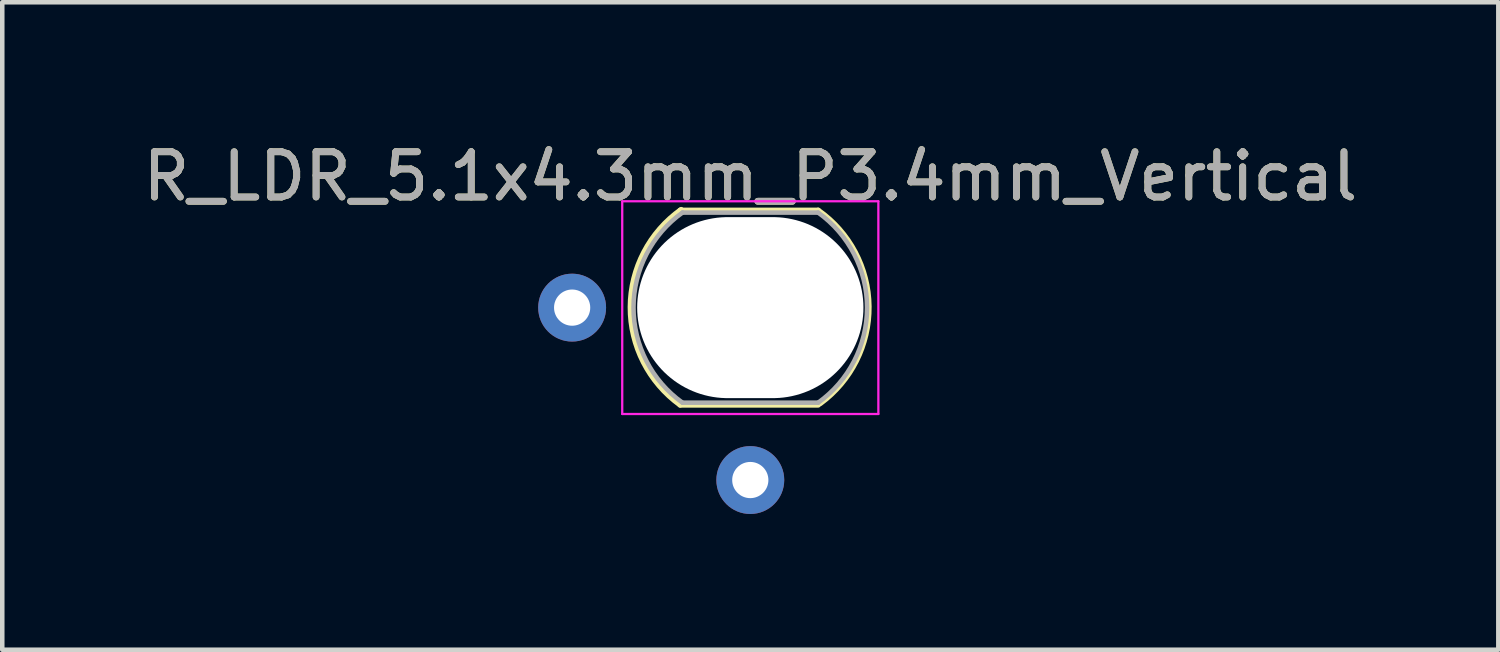
<source format=kicad_pcb>
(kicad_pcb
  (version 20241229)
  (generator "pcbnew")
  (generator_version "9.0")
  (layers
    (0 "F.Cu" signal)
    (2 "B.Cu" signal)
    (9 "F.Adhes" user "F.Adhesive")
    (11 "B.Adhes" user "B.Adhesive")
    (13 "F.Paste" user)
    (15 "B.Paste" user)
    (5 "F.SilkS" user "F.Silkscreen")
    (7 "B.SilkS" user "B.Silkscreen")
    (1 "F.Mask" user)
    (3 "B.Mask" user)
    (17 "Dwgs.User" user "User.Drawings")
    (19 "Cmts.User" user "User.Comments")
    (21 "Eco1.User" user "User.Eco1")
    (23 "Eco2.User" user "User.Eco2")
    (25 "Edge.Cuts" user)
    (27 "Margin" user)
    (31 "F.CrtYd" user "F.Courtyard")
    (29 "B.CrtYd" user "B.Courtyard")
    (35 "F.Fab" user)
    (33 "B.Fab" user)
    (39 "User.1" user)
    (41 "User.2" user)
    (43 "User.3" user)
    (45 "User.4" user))
  (footprint "R_LDR_5.1x4.3mm_P3.4mm_Vertical"
    (layer "F.Cu")
    (at 13.53 3.748)
    (property "Reference" "R_LDR_5.1x4.3mm_P3.4mm_Vertical" (at 0 -2.9 0) (layer "F.SilkS") (effects (font (size 1 1) (thickness 0.15))))
    (attr through_hole)
    (fp_line (start -1.55 -2.15) (end 1.5 -2.15) (stroke (width 0.12) (type solid)) (layer "F.SilkS"))
    (fp_line (start -1.55 2.15) (end 1.5 2.15) (stroke (width 0.12) (type solid)) (layer "F.SilkS"))
    (fp_arc (start -1.55 2.15) (mid -2.650438 -0.013368) (end -1.528234 -2.165525) (stroke (width 0.12) (type solid)) (layer "F.SilkS"))
    (fp_arc (start 1.5 -2.15) (mid 2.621403 -0.027338) (end 1.544513 2.118249) (stroke (width 0.12) (type solid)) (layer "F.SilkS"))
    (fp_line (start -2.83 -2.35) (end -2.83 2.35) (stroke (width 0.05) (type solid)) (layer "F.CrtYd"))
    (fp_line (start -2.83 -2.35) (end 2.83 -2.35) (stroke (width 0.05) (type solid)) (layer "F.CrtYd"))
    (fp_line (start 2.83 2.35) (end -2.83 2.35) (stroke (width 0.05) (type solid)) (layer "F.CrtYd"))
    (fp_line (start 2.83 2.35) (end 2.83 -2.35) (stroke (width 0.05) (type solid)) (layer "F.CrtYd"))
    (fp_line (start -1.5 -2.1) (end 1.5 -2.1) (stroke (width 0.1) (type solid)) (layer "F.Fab"))
    (fp_line (start -0.9 -1.8) (end 0.9 -1.8) (stroke (width 0.1) (type solid)) (layer "F.Fab"))
    (fp_line (start -0.9 -1.2) (end -0.9 -0.6) (stroke (width 0.1) (type solid)) (layer "F.Fab"))
    (fp_line (start -0.9 1.2) (end -0.9 1.8) (stroke (width 0.1) (type solid)) (layer "F.Fab"))
    (fp_line (start -0.9 1.8) (end 0.9 1.8) (stroke (width 0.1) (type solid)) (layer "F.Fab"))
    (fp_line (start -0.7 0) (end -0.7 0.6) (stroke (width 0.1) (type solid)) (layer "F.Fab"))
    (fp_line (start -0.7 0) (end 0.6 0) (stroke (width 0.1) (type solid)) (layer "F.Fab"))
    (fp_line (start 0.6 -0.6) (end -0.9 -0.6) (stroke (width 0.1) (type solid)) (layer "F.Fab"))
    (fp_line (start 0.6 0) (end 0.6 -0.6) (stroke (width 0.1) (type solid)) (layer "F.Fab"))
    (fp_line (start 0.9 -1.8) (end 0.9 -1.2) (stroke (width 0.1) (type solid)) (layer "F.Fab"))
    (fp_line (start 0.9 -1.2) (end -0.9 -1.2) (stroke (width 0.1) (type solid)) (layer "F.Fab"))
    (fp_line (start 0.9 0.6) (end -0.7 0.6) (stroke (width 0.1) (type solid)) (layer "F.Fab"))
    (fp_line (start 0.9 0.6) (end 0.9 1.2) (stroke (width 0.1) (type solid)) (layer "F.Fab"))
    (fp_line (start 0.9 1.2) (end -0.9 1.2) (stroke (width 0.1) (type solid)) (layer "F.Fab"))
    (fp_line (start 1.5 2.1) (end -1.5 2.1) (stroke (width 0.1) (type solid)) (layer "F.Fab"))
    (fp_arc (start -1.5 2.1) (mid -2.580697 -0.001697) (end -1.497237 -2.101971) (stroke (width 0.1) (type solid)) (layer "F.Fab"))
    (fp_arc (start 1.5 -2.1) (mid 2.580697 0.001697) (end 1.497237 2.101971) (stroke (width 0.1) (type solid)) (layer "F.Fab"))
    (fp_text user "${REFERENCE}" (at 0 -2.9 0) (layer "F.Fab") (effects (font (size 1 1) (thickness 0.15))))
    (pad "" np_thru_hole oval (at 0 0) (size 5 4) (drill oval 5 4) (layers "*.Cu" "*.Mask"))
    (pad "1" thru_hole circle (at -3.937 0) (size 1.5 1.5) (drill 0.8) (layers "*.Cu" "*.Mask"))
    (pad "2" thru_hole circle (at 0 3.81) (size 1.5 1.5) (drill 0.8) (layers "*.Cu" "*.Mask")))
  (gr_rect
    (start -3 -3)
    (end 30.06 11.308)
    (stroke (width 0.1) (type default))
    (fill no)
    (layer "Edge.Cuts")))
</source>
